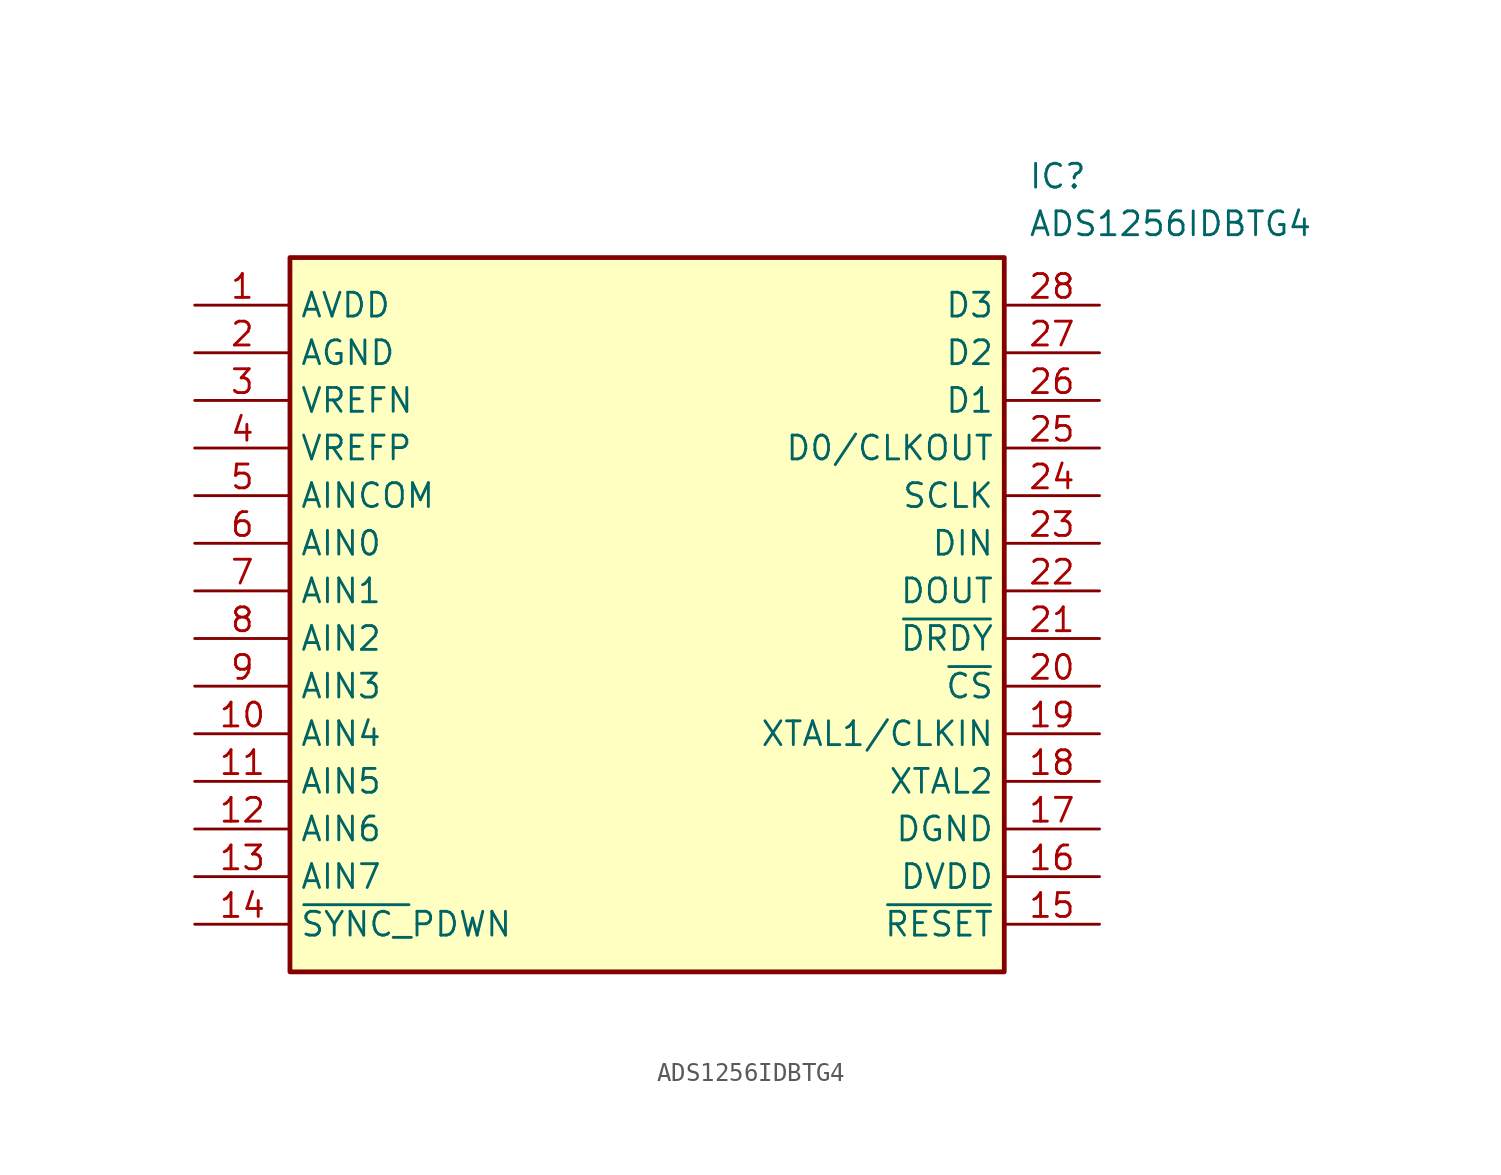
<source format=kicad_sym>
(kicad_symbol_lib
  (version 20211014)
  (generator SamacSys_ECAD_Model)
  (symbol "ADS1256IDBTG4"
    (property "Reference" "IC"
      (at 44.45 7.62 0)
      (effects (font (size 1.27 1.27)) (justify left top)))
    (property "Value" "ADS1256IDBTG4"
      (at 44.45 5.08 0)
      (effects (font (size 1.27 1.27)) (justify left top)))
    (rectangle
      (start 5.08 2.54)
      (end 43.18 -35.56)
      (stroke (width 0.254) (type default))
      (fill (type background)))
    (pin passive line
      (at 0 0 0)
      (length 5.08)
      (name "AVDD" (effects (font (size 1.27 1.27))))
      (number "1" (effects (font (size 1.27 1.27)))))
    (pin passive line
      (at 0 -2.54 0)
      (length 5.08)
      (name "AGND" (effects (font (size 1.27 1.27))))
      (number "2" (effects (font (size 1.27 1.27)))))
    (pin passive line
      (at 0 -5.08 0)
      (length 5.08)
      (name "VREFN" (effects (font (size 1.27 1.27))))
      (number "3" (effects (font (size 1.27 1.27)))))
    (pin passive line
      (at 0 -7.62 0)
      (length 5.08)
      (name "VREFP" (effects (font (size 1.27 1.27))))
      (number "4" (effects (font (size 1.27 1.27)))))
    (pin passive line
      (at 0 -10.16 0)
      (length 5.08)
      (name "AINCOM" (effects (font (size 1.27 1.27))))
      (number "5" (effects (font (size 1.27 1.27)))))
    (pin passive line
      (at 0 -12.7 0)
      (length 5.08)
      (name "AIN0" (effects (font (size 1.27 1.27))))
      (number "6" (effects (font (size 1.27 1.27)))))
    (pin passive line
      (at 0 -15.24 0)
      (length 5.08)
      (name "AIN1" (effects (font (size 1.27 1.27))))
      (number "7" (effects (font (size 1.27 1.27)))))
    (pin passive line
      (at 0 -17.78 0)
      (length 5.08)
      (name "AIN2" (effects (font (size 1.27 1.27))))
      (number "8" (effects (font (size 1.27 1.27)))))
    (pin passive line
      (at 0 -20.32 0)
      (length 5.08)
      (name "AIN3" (effects (font (size 1.27 1.27))))
      (number "9" (effects (font (size 1.27 1.27)))))
    (pin passive line
      (at 0 -22.86 0)
      (length 5.08)
      (name "AIN4" (effects (font (size 1.27 1.27))))
      (number "10" (effects (font (size 1.27 1.27)))))
    (pin passive line
      (at 0 -25.4 0)
      (length 5.08)
      (name "AIN5" (effects (font (size 1.27 1.27))))
      (number "11" (effects (font (size 1.27 1.27)))))
    (pin passive line
      (at 0 -27.94 0)
      (length 5.08)
      (name "AIN6" (effects (font (size 1.27 1.27))))
      (number "12" (effects (font (size 1.27 1.27)))))
    (pin passive line
      (at 0 -30.48 0)
      (length 5.08)
      (name "AIN7" (effects (font (size 1.27 1.27))))
      (number "13" (effects (font (size 1.27 1.27)))))
    (pin passive line
      (at 0 -33.02 0)
      (length 5.08)
      (name "~{SYNC_}PDWN" (effects (font (size 1.27 1.27))))
      (number "14" (effects (font (size 1.27 1.27)))))
    (pin passive line
      (at 48.26 0 180)
      (length 5.08)
      (name "D3" (effects (font (size 1.27 1.27))))
      (number "28" (effects (font (size 1.27 1.27)))))
    (pin passive line
      (at 48.26 -2.54 180)
      (length 5.08)
      (name "D2" (effects (font (size 1.27 1.27))))
      (number "27" (effects (font (size 1.27 1.27)))))
    (pin passive line
      (at 48.26 -5.08 180)
      (length 5.08)
      (name "D1" (effects (font (size 1.27 1.27))))
      (number "26" (effects (font (size 1.27 1.27)))))
    (pin passive line
      (at 48.26 -7.62 180)
      (length 5.08)
      (name "D0/CLKOUT" (effects (font (size 1.27 1.27))))
      (number "25" (effects (font (size 1.27 1.27)))))
    (pin passive line
      (at 48.26 -10.16 180)
      (length 5.08)
      (name "SCLK" (effects (font (size 1.27 1.27))))
      (number "24" (effects (font (size 1.27 1.27)))))
    (pin passive line
      (at 48.26 -12.7 180)
      (length 5.08)
      (name "DIN" (effects (font (size 1.27 1.27))))
      (number "23" (effects (font (size 1.27 1.27)))))
    (pin passive line
      (at 48.26 -15.24 180)
      (length 5.08)
      (name "DOUT" (effects (font (size 1.27 1.27))))
      (number "22" (effects (font (size 1.27 1.27)))))
    (pin passive line
      (at 48.26 -17.78 180)
      (length 5.08)
      (name "~{DRDY}" (effects (font (size 1.27 1.27))))
      (number "21" (effects (font (size 1.27 1.27)))))
    (pin passive line
      (at 48.26 -20.32 180)
      (length 5.08)
      (name "~{CS}" (effects (font (size 1.27 1.27))))
      (number "20" (effects (font (size 1.27 1.27)))))
    (pin passive line
      (at 48.26 -22.86 180)
      (length 5.08)
      (name "XTAL1/CLKIN" (effects (font (size 1.27 1.27))))
      (number "19" (effects (font (size 1.27 1.27)))))
    (pin passive line
      (at 48.26 -25.4 180)
      (length 5.08)
      (name "XTAL2" (effects (font (size 1.27 1.27))))
      (number "18" (effects (font (size 1.27 1.27)))))
    (pin passive line
      (at 48.26 -27.94 180)
      (length 5.08)
      (name "DGND" (effects (font (size 1.27 1.27))))
      (number "17" (effects (font (size 1.27 1.27)))))
    (pin passive line
      (at 48.26 -30.48 180)
      (length 5.08)
      (name "DVDD" (effects (font (size 1.27 1.27))))
      (number "16" (effects (font (size 1.27 1.27)))))
    (pin passive line
      (at 48.26 -33.02 180)
      (length 5.08)
      (name "~{RESET}" (effects (font (size 1.27 1.27))))
      (number "15" (effects (font (size 1.27 1.27)))))))
</source>
